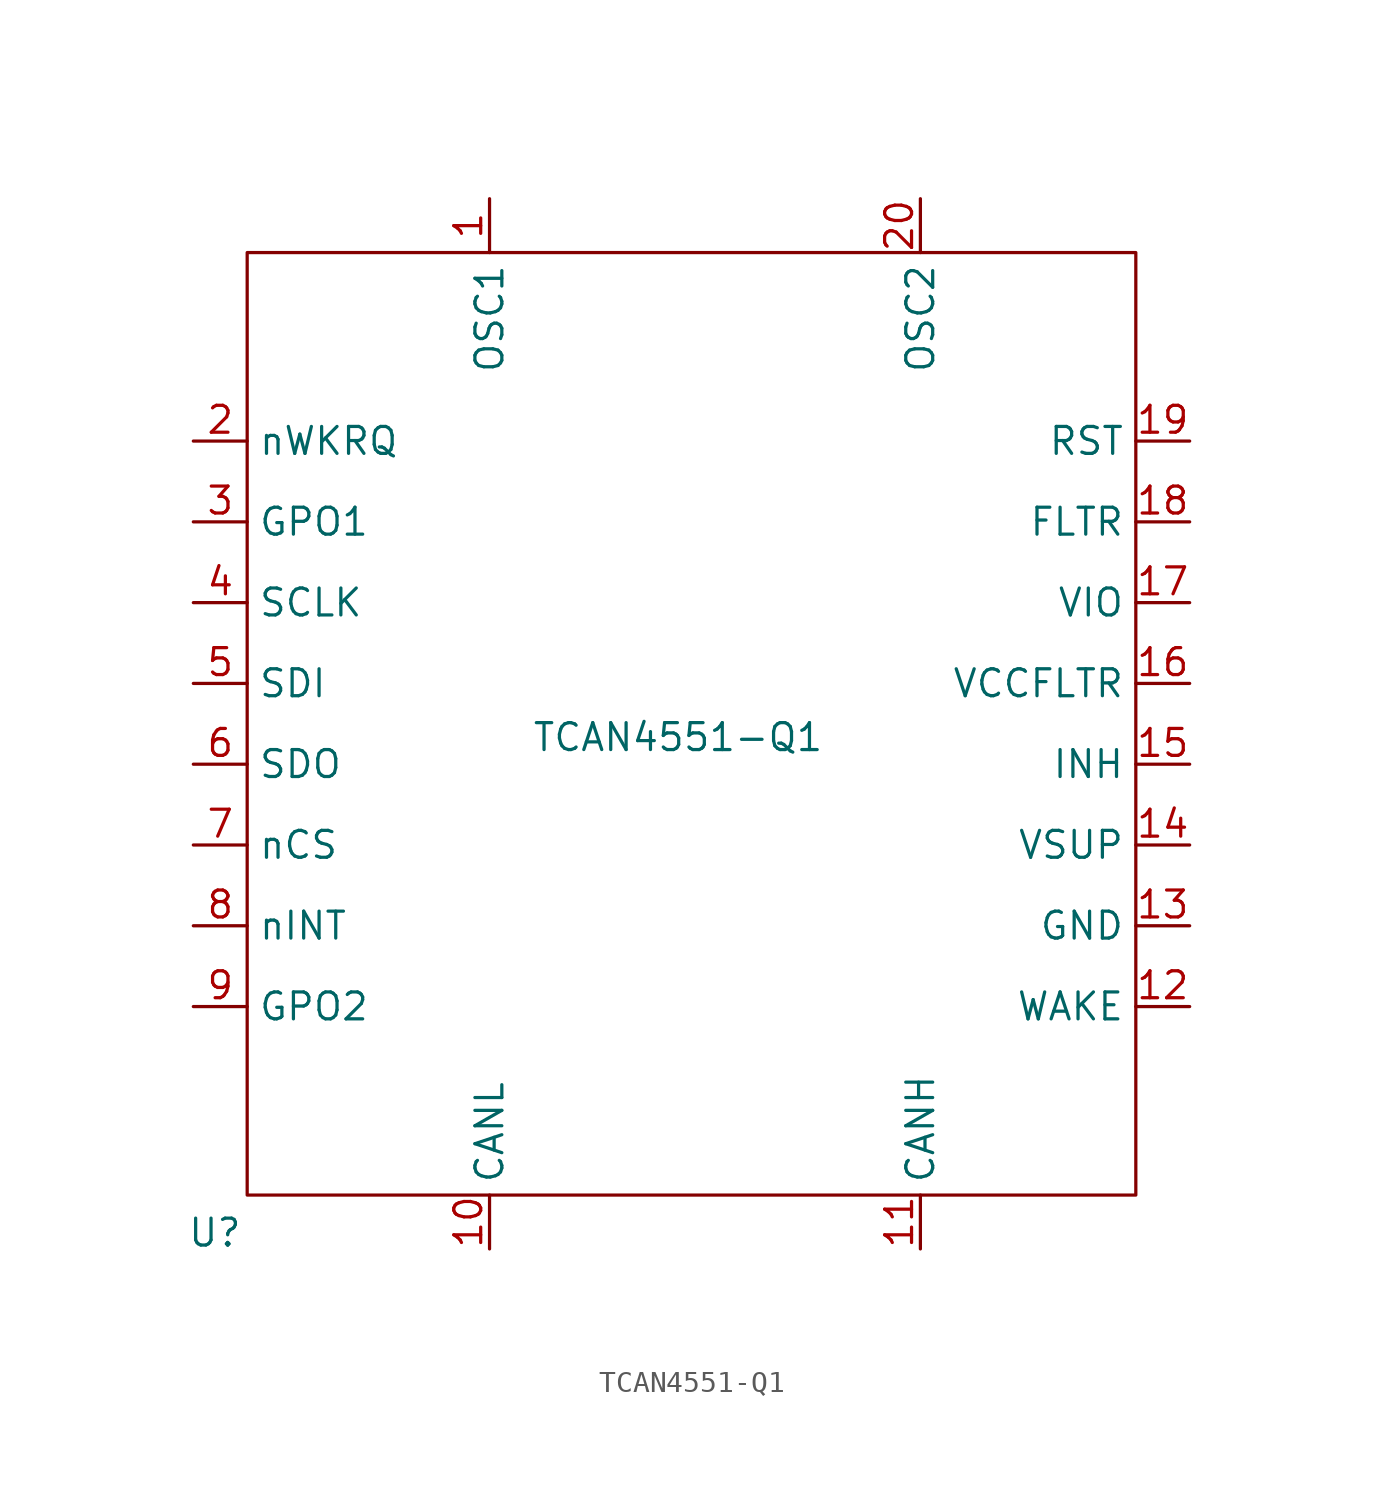
<source format=kicad_sym>
(kicad_symbol_lib
  (version 20241209)
  (generator "kicad_symbol_editor")
  (generator_version "9.0")
  (symbol "TCAN4551-Q1"
    (property "Reference" "U"
      (at -21.844 -23.368 0)
      (effects (font (size 1.27 1.27))))
    (property "Value" "TCAN4551-Q1"
      (at 0 0 0)
      (effects (font (size 1.27 1.27))))
    (symbol "TCAN4551-Q1_0_1"
      (rectangle (start -20.32 22.86) (end 21.59 -21.59) (stroke (width 0) (type default)) (fill (type none))))
    (symbol "TCAN4551-Q1_1_1"
      (pin output line (at -22.86 13.97 0) (length 2.54) (name "nWKRQ" (effects (font (size 1.27 1.27)))) (number "2" (effects (font (size 1.27 1.27)))))
      (pin output line (at -22.86 10.16 0) (length 2.54) (name "GPO1" (effects (font (size 1.27 1.27)))) (number "3" (effects (font (size 1.27 1.27)))))
      (pin input line (at -22.86 6.35 0) (length 2.54) (name "SCLK" (effects (font (size 1.27 1.27)))) (number "4" (effects (font (size 1.27 1.27)))))
      (pin input line (at -22.86 2.54 0) (length 2.54) (name "SDI" (effects (font (size 1.27 1.27)))) (number "5" (effects (font (size 1.27 1.27)))))
      (pin output line (at -22.86 -1.27 0) (length 2.54) (name "SDO" (effects (font (size 1.27 1.27)))) (number "6" (effects (font (size 1.27 1.27)))))
      (pin input line (at -22.86 -5.08 0) (length 2.54) (name "nCS" (effects (font (size 1.27 1.27)))) (number "7" (effects (font (size 1.27 1.27)))))
      (pin output line (at -22.86 -8.89 0) (length 2.54) (name "nINT" (effects (font (size 1.27 1.27)))) (number "8" (effects (font (size 1.27 1.27)))))
      (pin output line (at -22.86 -12.7 0) (length 2.54) (name "GPO2" (effects (font (size 1.27 1.27)))) (number "9" (effects (font (size 1.27 1.27)))))
      (pin input line (at -8.89 25.4 270) (length 2.54) (name "OSC1" (effects (font (size 1.27 1.27)))) (number "1" (effects (font (size 1.27 1.27)))))
      (pin bidirectional line (at -8.89 -24.13 90) (length 2.54) (name "CANL" (effects (font (size 1.27 1.27)))) (number "10" (effects (font (size 1.27 1.27)))))
      (pin output line (at 11.43 25.4 270) (length 2.54) (name "OSC2" (effects (font (size 1.27 1.27)))) (number "20" (effects (font (size 1.27 1.27)))))
      (pin bidirectional line (at 11.43 -24.13 90) (length 2.54) (name "CANH" (effects (font (size 1.27 1.27)))) (number "11" (effects (font (size 1.27 1.27)))))
      (pin input line (at 24.13 13.97 180) (length 2.54) (name "RST" (effects (font (size 1.27 1.27)))) (number "19" (effects (font (size 1.27 1.27)))))
      (pin output line (at 24.13 10.16 180) (length 2.54) (name "FLTR" (effects (font (size 1.27 1.27)))) (number "18" (effects (font (size 1.27 1.27)))))
      (pin power_out line (at 24.13 6.35 180) (length 2.54) (name "VIO" (effects (font (size 1.27 1.27)))) (number "17" (effects (font (size 1.27 1.27)))))
      (pin output line (at 24.13 2.54 180) (length 2.54) (name "VCCFLTR" (effects (font (size 1.27 1.27)))) (number "16" (effects (font (size 1.27 1.27)))))
      (pin output line (at 24.13 -1.27 180) (length 2.54) (name "INH" (effects (font (size 1.27 1.27)))) (number "15" (effects (font (size 1.27 1.27)))))
      (pin power_in line (at 24.13 -5.08 180) (length 2.54) (name "VSUP" (effects (font (size 1.27 1.27)))) (number "14" (effects (font (size 1.27 1.27)))))
      (pin input line (at 24.13 -8.89 180) (length 2.54) (name "GND" (effects (font (size 1.27 1.27)))) (number "13" (effects (font (size 1.27 1.27)))))
      (pin input line (at 24.13 -12.7 180) (length 2.54) (name "WAKE" (effects (font (size 1.27 1.27)))) (number "12" (effects (font (size 1.27 1.27))))))))
</source>
